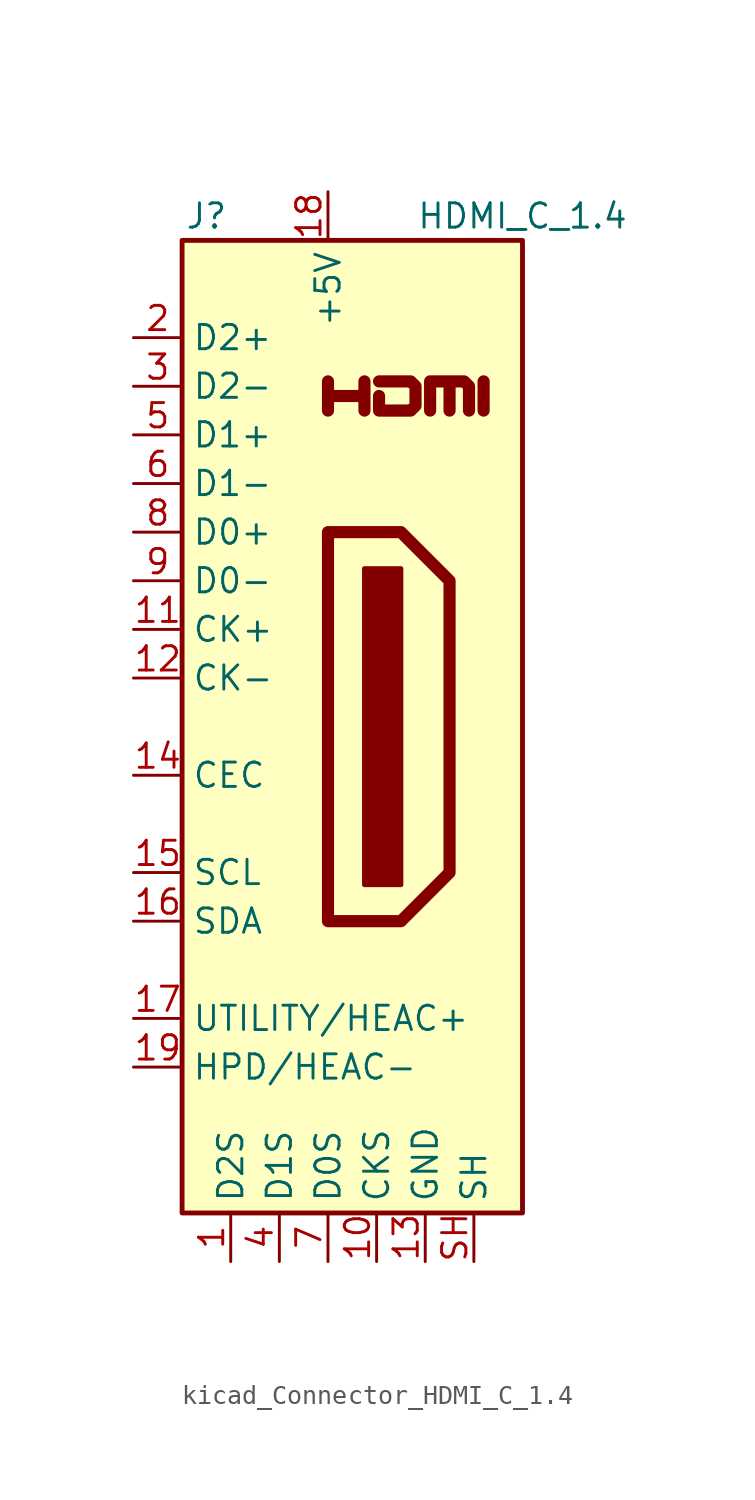
<source format=kicad_sym>
(kicad_symbol_lib
  (version 20220914)
  (generator kicad_symbol_editor)
  (symbol "kicad_Connector_HDMI_C_1.4"
    (property "Reference" "J"
      (at -6.35 26.67 0)
      (effects (font (size 1.27 1.27))))
    (property "Value" "HDMI_C_1.4"
      (at 10.16 26.67 0)
      (effects (font (size 1.27 1.27))))
    (symbol "kicad_Connector_HDMI_C_1.4_0_0"
      (polyline (pts (xy 8.128 16.51) (xy 8.128 18.034)) (stroke (width 0.635) (type default)) (fill (type none)))
      (polyline (pts (xy 0 16.51) (xy 0 18.034) (xy 0 17.272) (xy 1.905 17.272) (xy 1.905 18.034) (xy 1.905 16.51)) (stroke (width 0.635) (type default)) (fill (type none)))
      (polyline (pts (xy 2.667 18.034) (xy 4.318 18.034) (xy 4.572 17.78) (xy 4.572 16.764) (xy 4.318 16.51) (xy 2.667 16.51) (xy 2.667 17.272)) (stroke (width 0.635) (type default)) (fill (type none))))
    (symbol "kicad_Connector_HDMI_C_1.4_0_1"
      (rectangle (start -7.62 25.4) (end 10.16 -25.4) (stroke (width 0.254) (type default)) (fill (type background)))
      (polyline (pts (xy 0 10.16) (xy 3.81 10.16) (xy 6.35 7.62) (xy 6.35 -7.62) (xy 3.81 -10.16) (xy 0 -10.16) (xy 0 10.16)) (stroke (width 0.635) (type default)) (fill (type none)))
      (polyline (pts (xy 5.334 16.51) (xy 5.334 18.034) (xy 6.35 18.034) (xy 6.35 16.51) (xy 6.35 18.034) (xy 7.112 18.034) (xy 7.366 17.78) (xy 7.366 16.51)) (stroke (width 0.635) (type default)) (fill (type none)))
      (rectangle (start 1.905 8.255) (end 3.81 -8.255) (stroke (width 0.254) (type default)) (fill (type outline))))
    (symbol "kicad_Connector_HDMI_C_1.4_1_1"
      (pin power_in line (at -5.08 -27.94 90) (length 2.54) (name "D2S" (effects (font (size 1.27 1.27)))) (number "1" (effects (font (size 1.27 1.27)))))
      (pin power_in line (at 2.54 -27.94 90) (length 2.54) (name "CKS" (effects (font (size 1.27 1.27)))) (number "10" (effects (font (size 1.27 1.27)))))
      (pin passive line (at -10.16 5.08 0) (length 2.54) (name "CK+" (effects (font (size 1.27 1.27)))) (number "11" (effects (font (size 1.27 1.27)))))
      (pin passive line (at -10.16 2.54 0) (length 2.54) (name "CK-" (effects (font (size 1.27 1.27)))) (number "12" (effects (font (size 1.27 1.27)))))
      (pin power_in line (at 5.08 -27.94 90) (length 2.54) (name "GND" (effects (font (size 1.27 1.27)))) (number "13" (effects (font (size 1.27 1.27)))))
      (pin bidirectional line (at -10.16 -2.54 0) (length 2.54) (name "CEC" (effects (font (size 1.27 1.27)))) (number "14" (effects (font (size 1.27 1.27)))))
      (pin passive line (at -10.16 -7.62 0) (length 2.54) (name "SCL" (effects (font (size 1.27 1.27)))) (number "15" (effects (font (size 1.27 1.27)))))
      (pin bidirectional line (at -10.16 -10.16 0) (length 2.54) (name "SDA" (effects (font (size 1.27 1.27)))) (number "16" (effects (font (size 1.27 1.27)))))
      (pin passive line (at -10.16 -15.24 0) (length 2.54) (name "UTILITY/HEAC+" (effects (font (size 1.27 1.27)))) (number "17" (effects (font (size 1.27 1.27)))))
      (pin power_in line (at 0 27.94 270) (length 2.54) (name "+5V" (effects (font (size 1.27 1.27)))) (number "18" (effects (font (size 1.27 1.27)))))
      (pin passive line (at -10.16 -17.78 0) (length 2.54) (name "HPD/HEAC-" (effects (font (size 1.27 1.27)))) (number "19" (effects (font (size 1.27 1.27)))))
      (pin passive line (at -10.16 20.32 0) (length 2.54) (name "D2+" (effects (font (size 1.27 1.27)))) (number "2" (effects (font (size 1.27 1.27)))))
      (pin passive line (at -10.16 17.78 0) (length 2.54) (name "D2-" (effects (font (size 1.27 1.27)))) (number "3" (effects (font (size 1.27 1.27)))))
      (pin power_in line (at -2.54 -27.94 90) (length 2.54) (name "D1S" (effects (font (size 1.27 1.27)))) (number "4" (effects (font (size 1.27 1.27)))))
      (pin passive line (at -10.16 15.24 0) (length 2.54) (name "D1+" (effects (font (size 1.27 1.27)))) (number "5" (effects (font (size 1.27 1.27)))))
      (pin passive line (at -10.16 12.7 0) (length 2.54) (name "D1-" (effects (font (size 1.27 1.27)))) (number "6" (effects (font (size 1.27 1.27)))))
      (pin power_in line (at 0 -27.94 90) (length 2.54) (name "D0S" (effects (font (size 1.27 1.27)))) (number "7" (effects (font (size 1.27 1.27)))))
      (pin passive line (at -10.16 10.16 0) (length 2.54) (name "D0+" (effects (font (size 1.27 1.27)))) (number "8" (effects (font (size 1.27 1.27)))))
      (pin passive line (at -10.16 7.62 0) (length 2.54) (name "D0-" (effects (font (size 1.27 1.27)))) (number "9" (effects (font (size 1.27 1.27)))))
      (pin passive line (at 7.62 -27.94 90) (length 2.54) (name "SH" (effects (font (size 1.27 1.27)))) (number "SH" (effects (font (size 1.27 1.27))))))))
</source>
